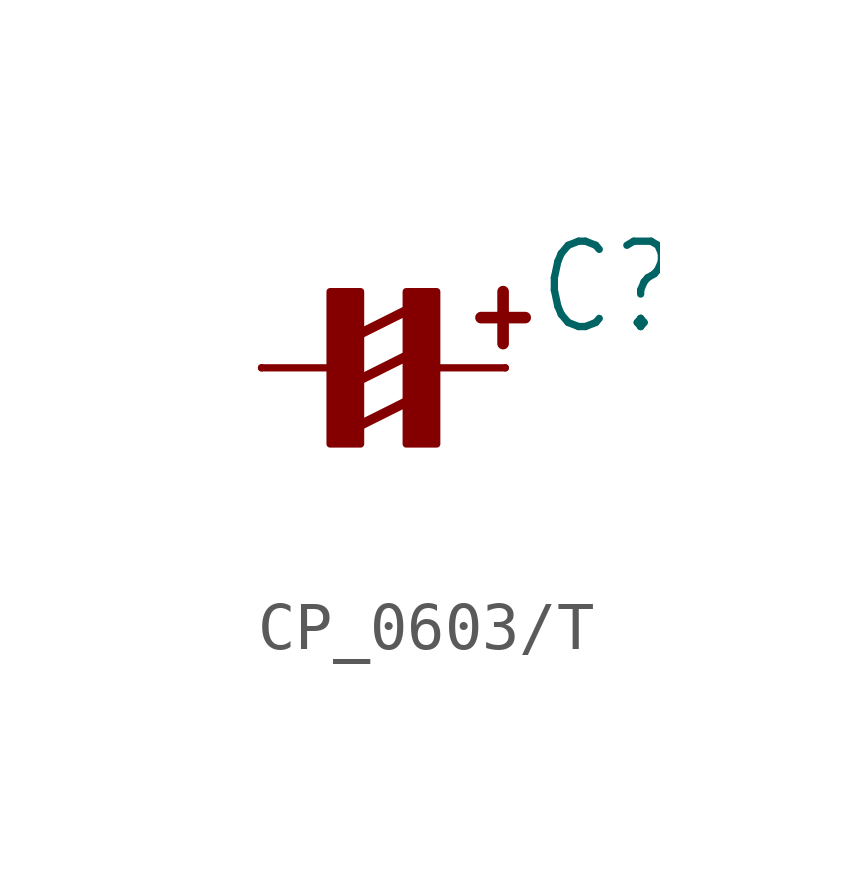
<source format=kicad_sym>
(kicad_symbol_lib
  (version 20231120)
  (generator "kicad_symbol_editor")
  (generator_version "8.0")
  (symbol "CP_0603/T"
    (property "Reference" "C"
      (at 3.175 0.635 0)
      (effects (font (size 1.778 1.511)) (justify left bottom)))
    (property "Value" ""
      (at -3.175 -3.81 0)
      (effects (font (size 1.778 1.511)) (justify left bottom)))
    (property "ki_locked" ""
      (at 0 0 0)
      (effects (font (size 1.27 1.27))))
    (symbol "CP_0603/T_1_0"
      (rectangle (start -1.111 -1.587) (end -0.476 1.587) (stroke (width 0) (type default)) (fill (type outline)))
      (polyline (pts (xy -0.857 0) (xy -2.54 0)) (stroke (width 0.152) (type solid)) (fill (type none)))
      (polyline (pts (xy -0.635 -1.27) (xy 0.635 -0.635)) (stroke (width 0.203) (type solid)) (fill (type none)))
      (polyline (pts (xy -0.635 -0.318) (xy 0.635 0.318)) (stroke (width 0.203) (type solid)) (fill (type none)))
      (polyline (pts (xy -0.635 0.635) (xy 0.635 1.27)) (stroke (width 0.203) (type solid)) (fill (type none)))
      (polyline (pts (xy 0.794 0) (xy 2.54 0)) (stroke (width 0.152) (type solid)) (fill (type none)))
      (rectangle (start 0.476 -1.587) (end 1.111 1.587) (stroke (width 0) (type default)) (fill (type outline)))
      (text "+" (at 1.587 0.318 0) (effects (font (size 1.422 1.209) (thickness 0.242) (bold yes)) (justify left bottom)))
      (pin passive line (at 2.54 0 180) (length 0) (name "+" (effects (font (size 0 0)))) (number "+" (effects (font (size 0 0)))))
      (pin passive line (at -2.54 0 0) (length 0) (name "-" (effects (font (size 0 0)))) (number "-" (effects (font (size 0 0))))))))
</source>
